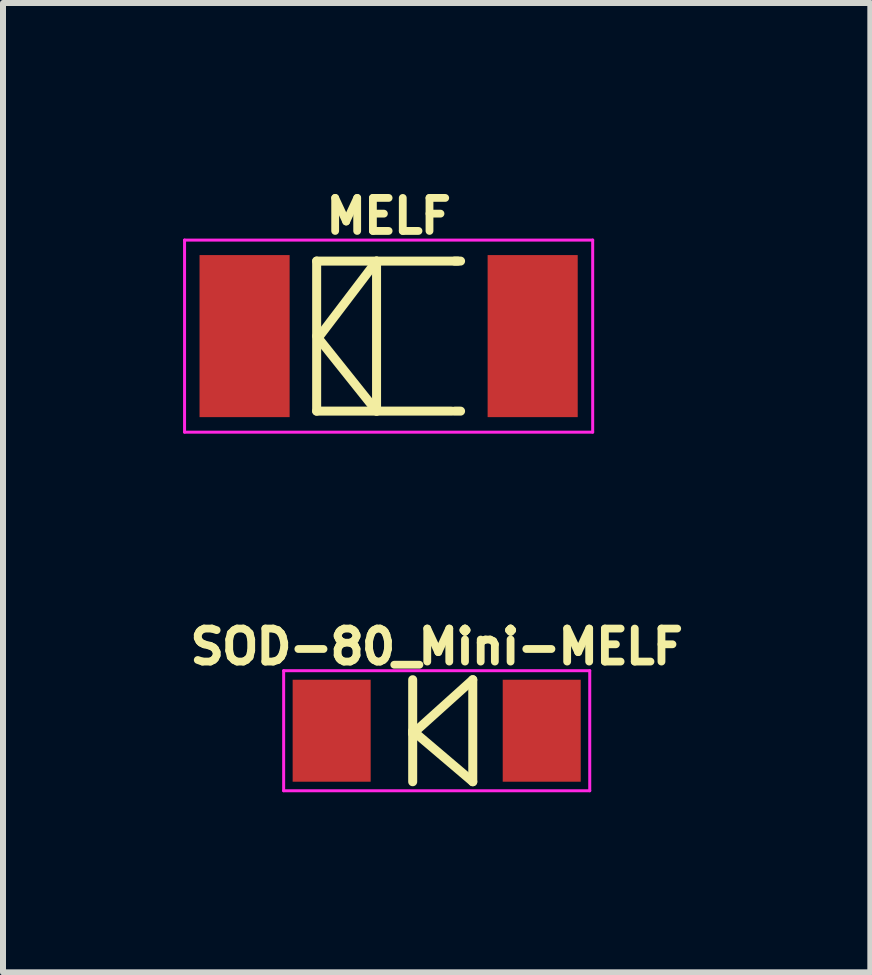
<source format=kicad_pcb>
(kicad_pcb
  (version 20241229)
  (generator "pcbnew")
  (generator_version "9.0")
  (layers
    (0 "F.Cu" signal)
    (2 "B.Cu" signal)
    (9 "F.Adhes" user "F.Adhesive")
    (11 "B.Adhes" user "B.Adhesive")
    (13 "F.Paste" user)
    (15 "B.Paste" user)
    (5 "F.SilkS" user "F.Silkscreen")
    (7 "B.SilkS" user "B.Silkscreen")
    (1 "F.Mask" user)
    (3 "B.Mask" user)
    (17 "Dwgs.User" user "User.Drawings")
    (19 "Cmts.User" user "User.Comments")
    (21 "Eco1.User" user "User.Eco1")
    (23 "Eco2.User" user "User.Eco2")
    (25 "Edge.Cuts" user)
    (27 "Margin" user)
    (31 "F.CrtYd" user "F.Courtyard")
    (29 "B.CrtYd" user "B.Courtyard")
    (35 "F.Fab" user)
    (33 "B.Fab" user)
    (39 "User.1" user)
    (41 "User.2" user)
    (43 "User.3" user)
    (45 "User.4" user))
  (footprint "MELF"
    (layer "F.Cu")
    (at 3.425 2.55)
    (property "Reference" "MELF" (at 0 -2 0) (layer "F.SilkS") (effects (font (size 0.55 0.55) (thickness 0.13))))
    (attr smd)
    (fp_line (start -1.199 -1.25) (end -1.199 1.25) (stroke (width 0.15) (type solid)) (layer "F.SilkS"))
    (fp_line (start -1.199 -1.25) (end 1.151 -1.25) (stroke (width 0.15) (type solid)) (layer "F.SilkS"))
    (fp_line (start -1.199 1.25) (end 1.049 1.25) (stroke (width 0.15) (type solid)) (layer "F.SilkS"))
    (fp_line (start -1.151 0) (end -0.201 -1.25) (stroke (width 0.15) (type solid)) (layer "F.SilkS"))
    (fp_line (start -0.201 -1.25) (end -0.201 1.25) (stroke (width 0.15) (type solid)) (layer "F.SilkS"))
    (fp_line (start -0.201 1.25) (end -1.199 0) (stroke (width 0.15) (type solid)) (layer "F.SilkS"))
    (fp_line (start 1.1 -1.25) (end 1.199 -1.25) (stroke (width 0.15) (type solid)) (layer "F.SilkS"))
    (fp_line (start 1.1 1.25) (end 1.199 1.25) (stroke (width 0.15) (type solid)) (layer "F.SilkS"))
    (fp_line (start -3.4 -1.6) (end 3.4 -1.6) (stroke (width 0.05) (type solid)) (layer "F.CrtYd"))
    (fp_line (start -3.4 1.6) (end -3.4 -1.6) (stroke (width 0.05) (type solid)) (layer "F.CrtYd"))
    (fp_line (start 3.4 -1.6) (end 3.4 1.6) (stroke (width 0.05) (type solid)) (layer "F.CrtYd"))
    (fp_line (start 3.4 1.6) (end -3.4 1.6) (stroke (width 0.05) (type solid)) (layer "F.CrtYd"))
    (pad "1" smd rect (at -2.4 0) (size 1.501 2.7) (layers "F.Cu" "F.Mask" "F.Paste"))
    (pad "2" smd rect (at 2.4 0) (size 1.501 2.7) (layers "F.Cu" "F.Mask" "F.Paste")))
  (footprint "SOD-80_Mini-MELF"
    (layer "F.Cu")
    (at 4.226 9.125)
    (property "Reference" "SOD-80_Mini-MELF" (at 0 -1.4 0) (layer "F.SilkS") (effects (font (size 0.55 0.55) (thickness 0.13))))
    (attr smd)
    (fp_line (start -0.4 -0.85) (end -0.4 0.85) (stroke (width 0.15) (type solid)) (layer "F.SilkS"))
    (fp_line (start -0.4 0.051) (end 0.601 -0.85) (stroke (width 0.15) (type solid)) (layer "F.SilkS"))
    (fp_line (start 0.601 -0.85) (end 0.601 0.85) (stroke (width 0.15) (type solid)) (layer "F.SilkS"))
    (fp_line (start 0.601 0.85) (end -0.4 0) (stroke (width 0.15) (type solid)) (layer "F.SilkS"))
    (fp_line (start -2.55 -1) (end 2.55 -1) (stroke (width 0.05) (type solid)) (layer "F.CrtYd"))
    (fp_line (start -2.55 1) (end -2.55 -1) (stroke (width 0.05) (type solid)) (layer "F.CrtYd"))
    (fp_line (start 2.55 -1) (end 2.55 1) (stroke (width 0.05) (type solid)) (layer "F.CrtYd"))
    (fp_line (start 2.55 1) (end -2.55 1) (stroke (width 0.05) (type solid)) (layer "F.CrtYd"))
    (pad "1" smd rect (at -1.75 0) (size 1.3 1.699) (layers "F.Cu" "F.Mask" "F.Paste"))
    (pad "2" smd rect (at 1.75 0) (size 1.3 1.699) (layers "F.Cu" "F.Mask" "F.Paste")))
  (gr_rect
    (start -3 -3)
    (end 11.451 13.15)
    (stroke (width 0.1) (type default))
    (fill no)
    (layer "Edge.Cuts")))
</source>
